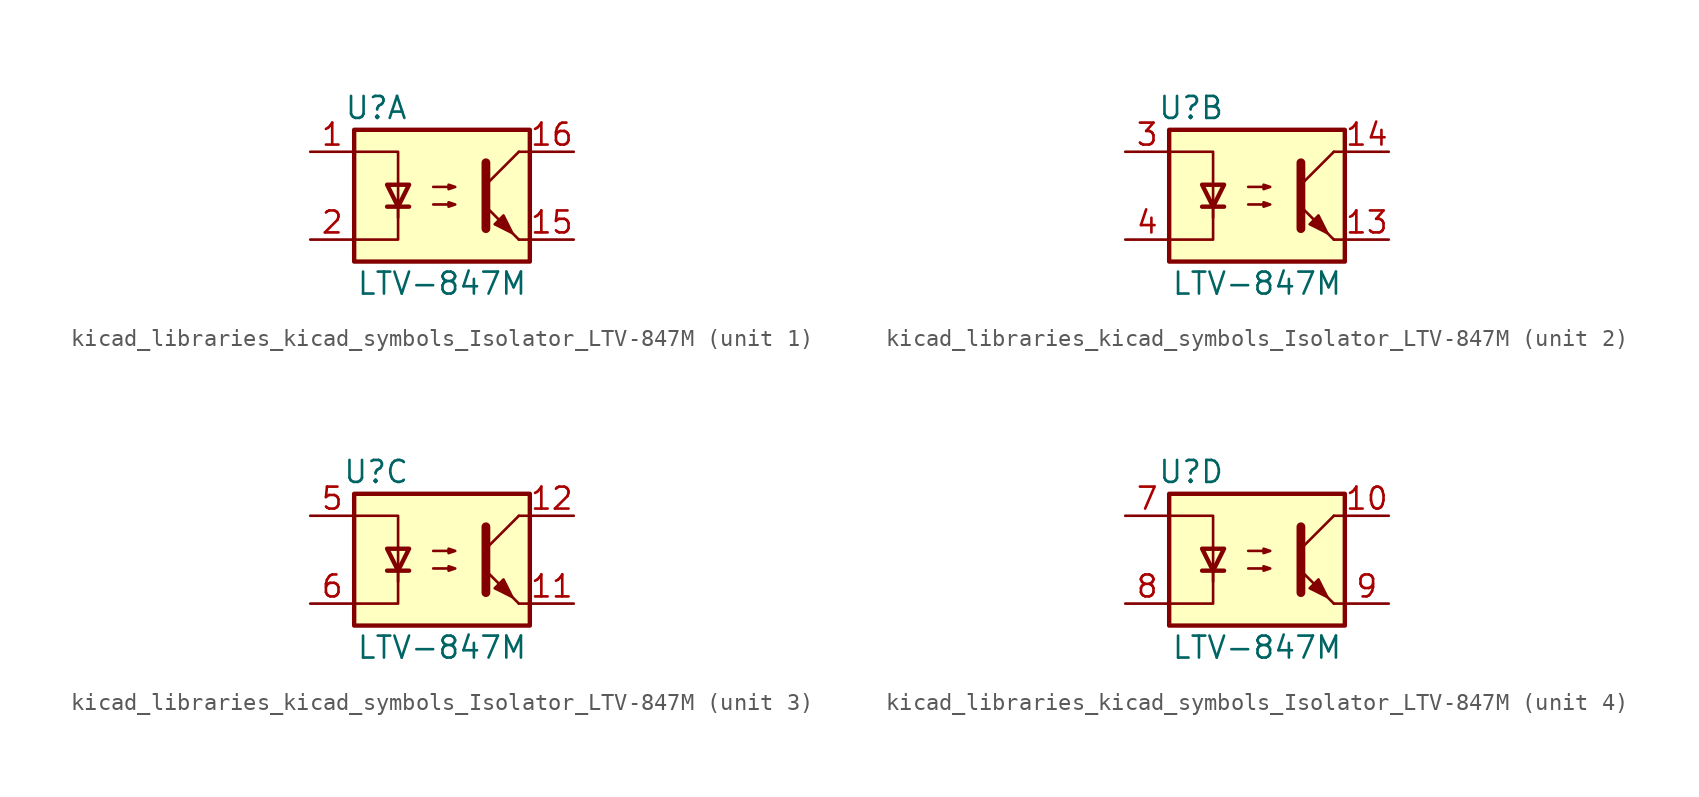
<source format=kicad_sym>
(kicad_symbol_lib
  (version 20220914)
  (generator kicad_symbol_editor)
  (symbol "kicad_libraries_kicad_symbols_Isolator_LTV-847M"
    (pin_names
      (offset 1.016))
    (property "Reference" "U"
      (at -3.81 5.08 0)
      (effects (font (size 1.27 1.27))))
    (property "Value" "LTV-847M"
      (at 0 -5.08 0)
      (effects (font (size 1.27 1.27))))
    (symbol "kicad_libraries_kicad_symbols_Isolator_LTV-847M_0_1"
      (rectangle (start -5.08 3.81) (end 5.08 -3.81) (stroke (width 0.254) (type default)) (fill (type background)))
      (polyline (pts (xy -3.175 -0.635) (xy -1.905 -0.635)) (stroke (width 0.254) (type default)) (fill (type none)))
      (polyline (pts (xy 2.54 0.635) (xy 4.445 2.54)) (stroke (width 0) (type default)) (fill (type none)))
      (polyline (pts (xy 4.445 -2.54) (xy 2.54 -0.635)) (stroke (width 0) (type default)) (fill (type outline)))
      (polyline (pts (xy 4.445 -2.54) (xy 5.08 -2.54)) (stroke (width 0) (type default)) (fill (type none)))
      (polyline (pts (xy 4.445 2.54) (xy 5.08 2.54)) (stroke (width 0) (type default)) (fill (type none)))
      (polyline (pts (xy -2.54 -0.635) (xy -2.54 -2.54) (xy -5.08 -2.54)) (stroke (width 0) (type default)) (fill (type none)))
      (polyline (pts (xy 2.54 1.905) (xy 2.54 -1.905) (xy 2.54 -1.905)) (stroke (width 0.508) (type default)) (fill (type none)))
      (polyline (pts (xy -5.08 2.54) (xy -2.54 2.54) (xy -2.54 -1.27) (xy -2.54 0.635)) (stroke (width 0) (type default)) (fill (type none)))
      (polyline (pts (xy -2.54 -0.635) (xy -3.175 0.635) (xy -1.905 0.635) (xy -2.54 -0.635)) (stroke (width 0.254) (type default)) (fill (type none)))
      (polyline (pts (xy -0.508 -0.508) (xy 0.762 -0.508) (xy 0.381 -0.635) (xy 0.381 -0.381) (xy 0.762 -0.508)) (stroke (width 0) (type default)) (fill (type none)))
      (polyline (pts (xy -0.508 0.508) (xy 0.762 0.508) (xy 0.381 0.381) (xy 0.381 0.635) (xy 0.762 0.508)) (stroke (width 0) (type default)) (fill (type none)))
      (polyline (pts (xy 3.048 -1.651) (xy 3.556 -1.143) (xy 4.064 -2.159) (xy 3.048 -1.651) (xy 3.048 -1.651)) (stroke (width 0) (type default)) (fill (type outline))))
    (symbol "kicad_libraries_kicad_symbols_Isolator_LTV-847M_1_1"
      (pin passive line (at -7.62 2.54 0) (length 2.54) (name "~" (effects (font (size 1.27 1.27)))) (number "1" (effects (font (size 1.27 1.27)))))
      (pin passive line (at 7.62 -2.54 180) (length 2.54) (name "~" (effects (font (size 1.27 1.27)))) (number "15" (effects (font (size 1.27 1.27)))))
      (pin passive line (at 7.62 2.54 180) (length 2.54) (name "~" (effects (font (size 1.27 1.27)))) (number "16" (effects (font (size 1.27 1.27)))))
      (pin passive line (at -7.62 -2.54 0) (length 2.54) (name "~" (effects (font (size 1.27 1.27)))) (number "2" (effects (font (size 1.27 1.27))))))
    (symbol "kicad_libraries_kicad_symbols_Isolator_LTV-847M_2_1"
      (pin passive line (at 7.62 -2.54 180) (length 2.54) (name "~" (effects (font (size 1.27 1.27)))) (number "13" (effects (font (size 1.27 1.27)))))
      (pin passive line (at 7.62 2.54 180) (length 2.54) (name "~" (effects (font (size 1.27 1.27)))) (number "14" (effects (font (size 1.27 1.27)))))
      (pin passive line (at -7.62 2.54 0) (length 2.54) (name "~" (effects (font (size 1.27 1.27)))) (number "3" (effects (font (size 1.27 1.27)))))
      (pin passive line (at -7.62 -2.54 0) (length 2.54) (name "~" (effects (font (size 1.27 1.27)))) (number "4" (effects (font (size 1.27 1.27))))))
    (symbol "kicad_libraries_kicad_symbols_Isolator_LTV-847M_3_1"
      (pin passive line (at 7.62 -2.54 180) (length 2.54) (name "~" (effects (font (size 1.27 1.27)))) (number "11" (effects (font (size 1.27 1.27)))))
      (pin passive line (at 7.62 2.54 180) (length 2.54) (name "~" (effects (font (size 1.27 1.27)))) (number "12" (effects (font (size 1.27 1.27)))))
      (pin passive line (at -7.62 2.54 0) (length 2.54) (name "~" (effects (font (size 1.27 1.27)))) (number "5" (effects (font (size 1.27 1.27)))))
      (pin passive line (at -7.62 -2.54 0) (length 2.54) (name "~" (effects (font (size 1.27 1.27)))) (number "6" (effects (font (size 1.27 1.27))))))
    (symbol "kicad_libraries_kicad_symbols_Isolator_LTV-847M_4_1"
      (pin passive line (at 7.62 2.54 180) (length 2.54) (name "~" (effects (font (size 1.27 1.27)))) (number "10" (effects (font (size 1.27 1.27)))))
      (pin passive line (at -7.62 2.54 0) (length 2.54) (name "~" (effects (font (size 1.27 1.27)))) (number "7" (effects (font (size 1.27 1.27)))))
      (pin passive line (at -7.62 -2.54 0) (length 2.54) (name "~" (effects (font (size 1.27 1.27)))) (number "8" (effects (font (size 1.27 1.27)))))
      (pin passive line (at 7.62 -2.54 180) (length 2.54) (name "~" (effects (font (size 1.27 1.27)))) (number "9" (effects (font (size 1.27 1.27))))))))
</source>
